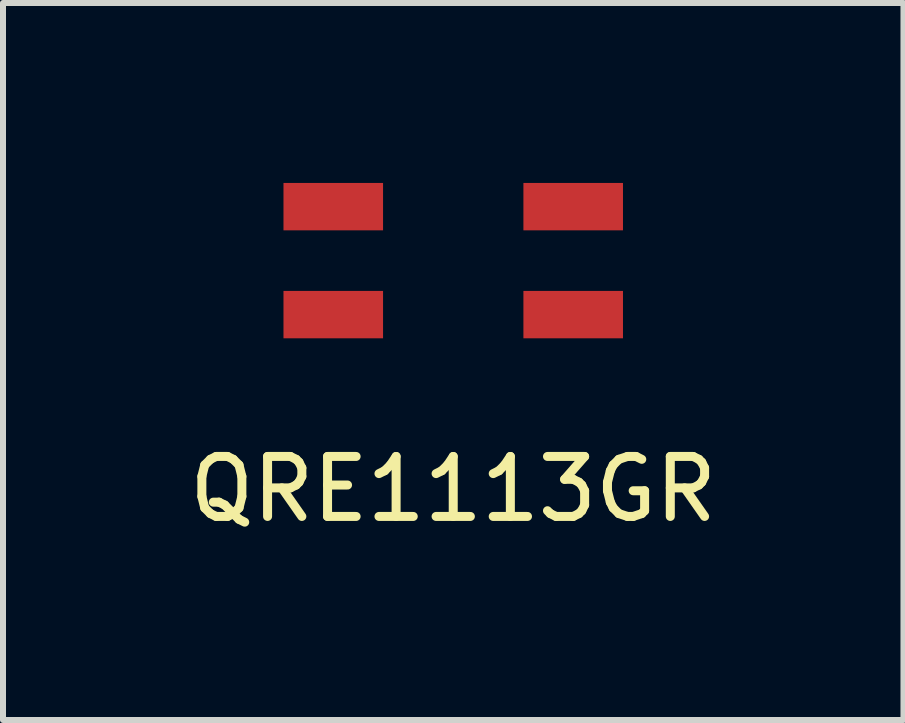
<source format=kicad_pcb>
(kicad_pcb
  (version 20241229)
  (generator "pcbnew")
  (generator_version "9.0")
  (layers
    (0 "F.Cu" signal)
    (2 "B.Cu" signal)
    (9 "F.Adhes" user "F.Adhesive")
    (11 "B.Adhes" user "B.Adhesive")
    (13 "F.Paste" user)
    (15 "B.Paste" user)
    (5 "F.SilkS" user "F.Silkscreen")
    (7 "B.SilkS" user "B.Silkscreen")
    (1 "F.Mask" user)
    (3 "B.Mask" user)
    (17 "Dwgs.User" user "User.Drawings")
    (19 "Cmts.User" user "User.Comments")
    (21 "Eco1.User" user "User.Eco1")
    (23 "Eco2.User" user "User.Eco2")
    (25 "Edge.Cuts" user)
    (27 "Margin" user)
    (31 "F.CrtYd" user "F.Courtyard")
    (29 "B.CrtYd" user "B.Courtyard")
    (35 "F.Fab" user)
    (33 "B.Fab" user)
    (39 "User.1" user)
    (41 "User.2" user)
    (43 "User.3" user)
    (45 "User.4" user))
  (footprint "QRE1113GR"
    (layer "F.Cu")
    (at 4.506 1.295)
    (property "Reference" "QRE1113GR" (at 0 3.81 0) (layer "F.SilkS") (effects (font (size 1 1) (thickness 0.15))))
    (attr through_hole)
    (pad "1" smd rect (at -2 0.9) (size 1.66 0.79) (layers "F.Cu" "F.Mask" "F.Paste"))
    (pad "2" smd rect (at 2 0.9) (size 1.66 0.79) (layers "F.Cu" "F.Mask" "F.Paste"))
    (pad "3" smd rect (at 2 -0.9) (size 1.66 0.79) (layers "F.Cu" "F.Mask" "F.Paste"))
    (pad "4" smd rect (at -2 -0.9) (size 1.66 0.79) (layers "F.Cu" "F.Mask" "F.Paste")))
  (gr_rect
    (start -3 -3)
    (end 12.012 8.953)
    (stroke (width 0.1) (type default))
    (fill no)
    (layer "Edge.Cuts")))
</source>
